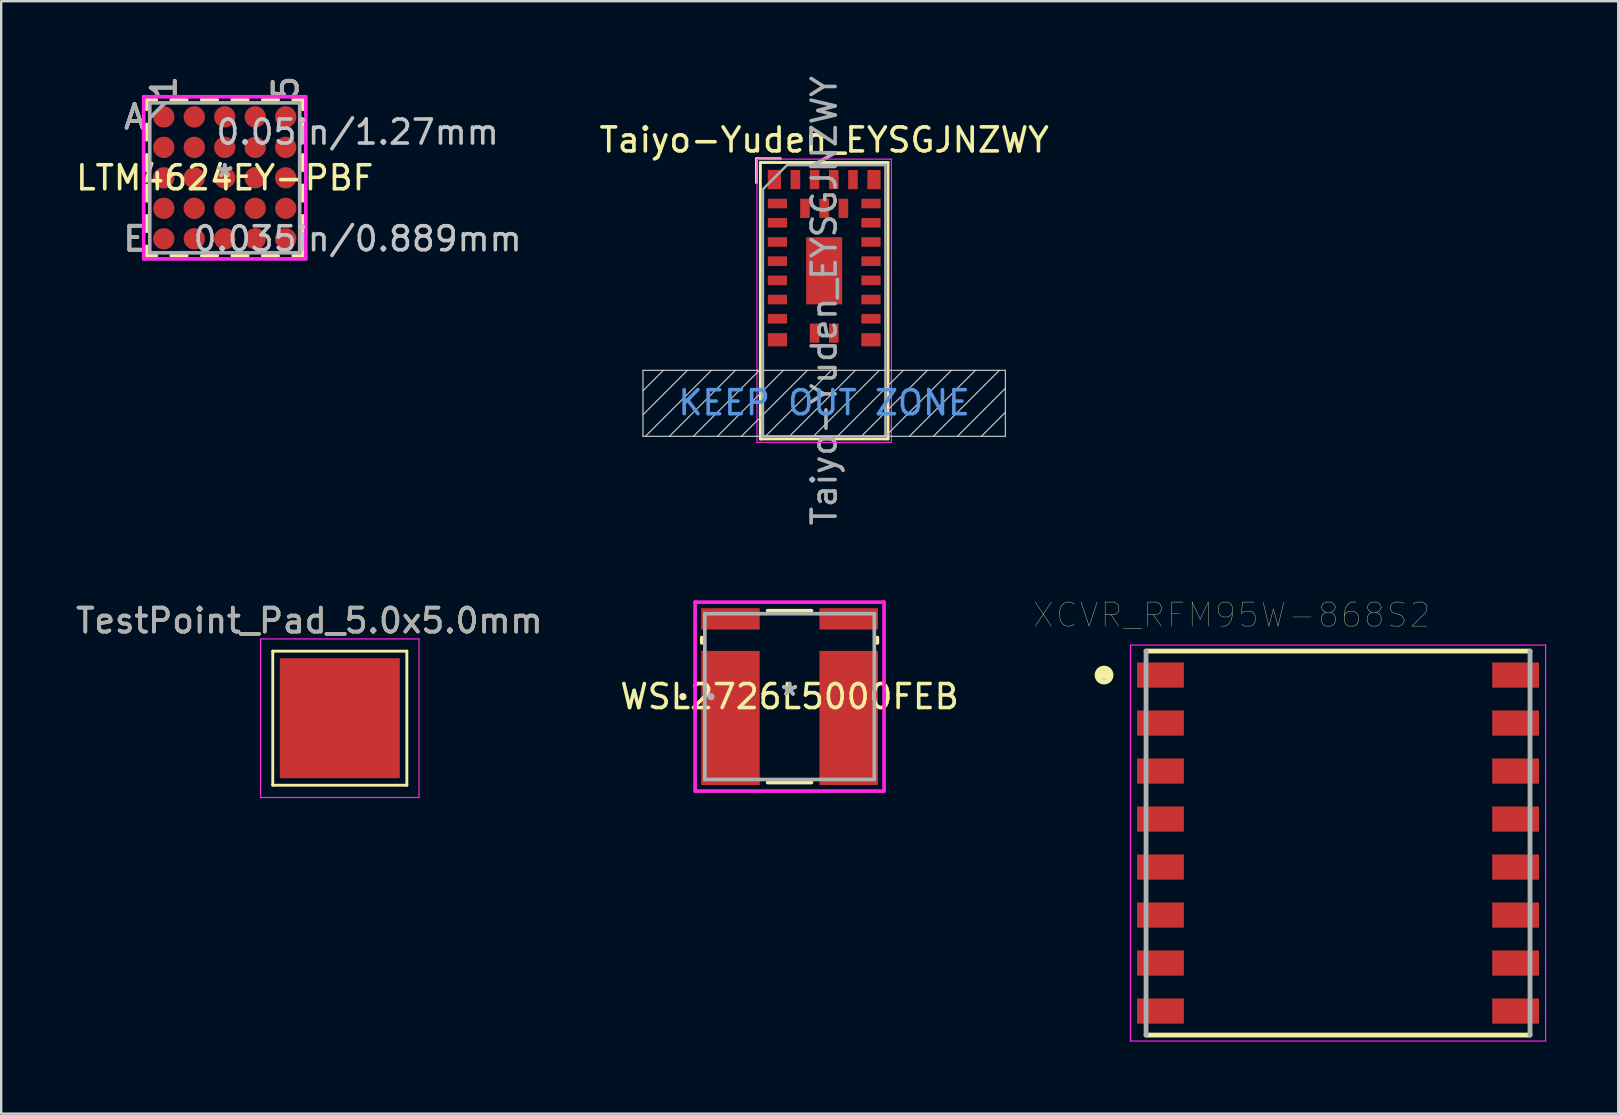
<source format=kicad_pcb>
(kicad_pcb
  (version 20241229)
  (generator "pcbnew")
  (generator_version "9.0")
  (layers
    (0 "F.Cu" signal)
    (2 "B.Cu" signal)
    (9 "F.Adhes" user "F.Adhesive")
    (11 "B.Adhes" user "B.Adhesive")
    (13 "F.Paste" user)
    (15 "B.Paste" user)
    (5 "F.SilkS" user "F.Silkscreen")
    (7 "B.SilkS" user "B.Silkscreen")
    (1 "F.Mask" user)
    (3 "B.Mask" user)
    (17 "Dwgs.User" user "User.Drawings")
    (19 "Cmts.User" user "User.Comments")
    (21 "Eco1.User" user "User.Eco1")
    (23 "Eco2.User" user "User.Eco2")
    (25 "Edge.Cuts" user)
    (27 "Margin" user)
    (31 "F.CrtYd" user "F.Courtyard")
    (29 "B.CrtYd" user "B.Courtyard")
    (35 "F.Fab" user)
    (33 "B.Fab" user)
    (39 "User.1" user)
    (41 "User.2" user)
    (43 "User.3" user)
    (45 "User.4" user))
  (footprint "LTM4624EY-PBF"
    (layer "F.Cu")
    (at 6.315 4.36)
    (property "Reference" "LTM4624EY-PBF" (at 0 0 0) (layer "F.SilkS") (effects (font (size 1 1) (thickness 0.15))))
    (attr through_hole)
    (fp_line (start -3.251 -3.251) (end -3.251 -2.854) (stroke (width 0.152) (type solid)) (layer "F.SilkS"))
    (fp_line (start -3.251 -2.226) (end -3.251 -1.584) (stroke (width 0.152) (type solid)) (layer "F.SilkS"))
    (fp_line (start -3.251 -0.956) (end -3.251 -0.314) (stroke (width 0.152) (type solid)) (layer "F.SilkS"))
    (fp_line (start -3.251 0.314) (end -3.251 0.956) (stroke (width 0.152) (type solid)) (layer "F.SilkS"))
    (fp_line (start -3.251 1.584) (end -3.251 2.226) (stroke (width 0.152) (type solid)) (layer "F.SilkS"))
    (fp_line (start -3.251 2.854) (end -3.251 3.251) (stroke (width 0.152) (type solid)) (layer "F.SilkS"))
    (fp_line (start -3.251 3.251) (end -2.854 3.251) (stroke (width 0.152) (type solid)) (layer "F.SilkS"))
    (fp_line (start -2.854 -3.251) (end -3.251 -3.251) (stroke (width 0.152) (type solid)) (layer "F.SilkS"))
    (fp_line (start -2.226 3.251) (end -1.584 3.251) (stroke (width 0.152) (type solid)) (layer "F.SilkS"))
    (fp_line (start -1.584 -3.251) (end -2.226 -3.251) (stroke (width 0.152) (type solid)) (layer "F.SilkS"))
    (fp_line (start -0.956 3.251) (end -0.314 3.251) (stroke (width 0.152) (type solid)) (layer "F.SilkS"))
    (fp_line (start -0.314 -3.251) (end -0.956 -3.251) (stroke (width 0.152) (type solid)) (layer "F.SilkS"))
    (fp_line (start 0.314 3.251) (end 0.956 3.251) (stroke (width 0.152) (type solid)) (layer "F.SilkS"))
    (fp_line (start 0.956 -3.251) (end 0.314 -3.251) (stroke (width 0.152) (type solid)) (layer "F.SilkS"))
    (fp_line (start 1.584 3.251) (end 2.226 3.251) (stroke (width 0.152) (type solid)) (layer "F.SilkS"))
    (fp_line (start 2.226 -3.251) (end 1.584 -3.251) (stroke (width 0.152) (type solid)) (layer "F.SilkS"))
    (fp_line (start 2.854 3.251) (end 3.251 3.251) (stroke (width 0.152) (type solid)) (layer "F.SilkS"))
    (fp_line (start 3.251 -3.251) (end 2.854 -3.251) (stroke (width 0.152) (type solid)) (layer "F.SilkS"))
    (fp_line (start 3.251 -2.854) (end 3.251 -3.251) (stroke (width 0.152) (type solid)) (layer "F.SilkS"))
    (fp_line (start 3.251 -1.584) (end 3.251 -2.226) (stroke (width 0.152) (type solid)) (layer "F.SilkS"))
    (fp_line (start 3.251 -0.314) (end 3.251 -0.956) (stroke (width 0.152) (type solid)) (layer "F.SilkS"))
    (fp_line (start 3.251 0.956) (end 3.251 0.314) (stroke (width 0.152) (type solid)) (layer "F.SilkS"))
    (fp_line (start 3.251 2.226) (end 3.251 1.584) (stroke (width 0.152) (type solid)) (layer "F.SilkS"))
    (fp_line (start 3.251 3.251) (end 3.251 2.854) (stroke (width 0.152) (type solid)) (layer "F.SilkS"))
    (fp_line (start -3.378 -3.378) (end 3.378 -3.378) (stroke (width 0.152) (type solid)) (layer "F.CrtYd"))
    (fp_line (start -3.378 3.378) (end -3.378 -3.378) (stroke (width 0.152) (type solid)) (layer "F.CrtYd"))
    (fp_line (start 3.378 -3.378) (end 3.378 3.378) (stroke (width 0.152) (type solid)) (layer "F.CrtYd"))
    (fp_line (start 3.378 3.378) (end -3.378 3.378) (stroke (width 0.152) (type solid)) (layer "F.CrtYd"))
    (fp_line (start -3.124 -3.124) (end -3.124 3.124) (stroke (width 0.152) (type solid)) (layer "F.Fab"))
    (fp_line (start -3.124 3.124) (end 3.124 3.124) (stroke (width 0.152) (type solid)) (layer "F.Fab"))
    (fp_line (start -2.489 -3.124) (end -3.124 -2.489) (stroke (width 0.152) (type solid)) (layer "F.Fab"))
    (fp_line (start 3.124 -3.124) (end -3.124 -3.124) (stroke (width 0.152) (type solid)) (layer "F.Fab"))
    (fp_line (start 3.124 3.124) (end 3.124 -3.124) (stroke (width 0.152) (type solid)) (layer "F.Fab"))
    (fp_text user "A" (at -3.759 -2.54 0) (layer "F.SilkS") (effects (font (size 1 1) (thickness 0.15))))
    (fp_text user "1" (at -2.54 -3.759 90) (layer "F.SilkS") (effects (font (size 1 1) (thickness 0.15))))
    (fp_text user "5" (at 2.54 -3.759 90) (layer "F.SilkS") (effects (font (size 1 1) (thickness 0.15))))
    (fp_text user "E" (at -3.759 2.54 0) (layer "F.SilkS") (effects (font (size 1 1) (thickness 0.15))))
    (fp_text user "*" (at 0 0 0) (layer "F.SilkS") (effects (font (size 1 1) (thickness 0.15))))
    (fp_text user "A" (at -3.759 -2.54 0) (layer "B.SilkS") (effects (font (size 1 1) (thickness 0.15))))
    (fp_text user "1" (at -2.54 -3.759 90) (layer "B.SilkS") (effects (font (size 1 1) (thickness 0.15))))
    (fp_text user "E" (at -3.759 2.54 0) (layer "B.SilkS") (effects (font (size 1 1) (thickness 0.15))))
    (fp_text user "5" (at 2.54 -3.759 90) (layer "B.SilkS") (effects (font (size 1 1) (thickness 0.15))))
    (fp_text user "0.035in/0.889mm" (at 5.537 2.54 0) (layer "Dwgs.User") (effects (font (size 1 1) (thickness 0.15))))
    (fp_text user "0.05in/1.27mm" (at 5.537 -1.905 0) (layer "Dwgs.User") (effects (font (size 1 1) (thickness 0.15))))
    (fp_text user "Copyright 2016 Accelerated Designs. All rights reserved." (at 0 0 0) (layer "Cmts.User") (effects (font (size 0.127 0.127) (thickness 0.002))))
    (fp_text user "1" (at -2.54 -3.759 90) (layer "F.Fab") (effects (font (size 1 1) (thickness 0.15))))
    (fp_text user "A" (at -3.759 -2.54 0) (layer "F.Fab") (effects (font (size 1 1) (thickness 0.15))))
    (fp_text user "5" (at 2.54 -3.759 90) (layer "F.Fab") (effects (font (size 1 1) (thickness 0.15))))
    (fp_text user "E" (at -3.759 2.54 0) (layer "F.Fab") (effects (font (size 1 1) (thickness 0.15))))
    (fp_text user "*" (at 0 0 0) (layer "F.Fab") (effects (font (size 1 1) (thickness 0.15))))
    (pad "A1" smd circle (at -2.54 -2.54) (size 0.889 0.889) (layers "F.Cu" "F.Mask" "F.Paste"))
    (pad "A2" smd circle (at -1.27 -2.54) (size 0.889 0.889) (layers "F.Cu" "F.Mask" "F.Paste"))
    (pad "A3" smd circle (at 0 -2.54) (size 0.889 0.889) (layers "F.Cu" "F.Mask" "F.Paste"))
    (pad "A4" smd circle (at 1.27 -2.54) (size 0.889 0.889) (layers "F.Cu" "F.Mask" "F.Paste"))
    (pad "A5" smd circle (at 2.54 -2.54) (size 0.889 0.889) (layers "F.Cu" "F.Mask" "F.Paste"))
    (pad "B1" smd circle (at -2.54 -1.27) (size 0.889 0.889) (layers "F.Cu" "F.Mask" "F.Paste"))
    (pad "B2" smd circle (at -1.27 -1.27) (size 0.889 0.889) (layers "F.Cu" "F.Mask" "F.Paste"))
    (pad "B3" smd circle (at 0 -1.27) (size 0.889 0.889) (layers "F.Cu" "F.Mask" "F.Paste"))
    (pad "B4" smd circle (at 1.27 -1.27) (size 0.889 0.889) (layers "F.Cu" "F.Mask" "F.Paste"))
    (pad "B5" smd circle (at 2.54 -1.27) (size 0.889 0.889) (layers "F.Cu" "F.Mask" "F.Paste"))
    (pad "C1" smd circle (at -2.54 0) (size 0.889 0.889) (layers "F.Cu" "F.Mask" "F.Paste"))
    (pad "C2" smd circle (at -1.27 0) (size 0.889 0.889) (layers "F.Cu" "F.Mask" "F.Paste"))
    (pad "C3" smd circle (at 0 0) (size 0.889 0.889) (layers "F.Cu" "F.Mask" "F.Paste"))
    (pad "C4" smd circle (at 1.27 0) (size 0.889 0.889) (layers "F.Cu" "F.Mask" "F.Paste"))
    (pad "C5" smd circle (at 2.54 0) (size 0.889 0.889) (layers "F.Cu" "F.Mask" "F.Paste"))
    (pad "D1" smd circle (at -2.54 1.27) (size 0.889 0.889) (layers "F.Cu" "F.Mask" "F.Paste"))
    (pad "D2" smd circle (at -1.27 1.27) (size 0.889 0.889) (layers "F.Cu" "F.Mask" "F.Paste"))
    (pad "D3" smd circle (at 0 1.27) (size 0.889 0.889) (layers "F.Cu" "F.Mask" "F.Paste"))
    (pad "D4" smd circle (at 1.27 1.27) (size 0.889 0.889) (layers "F.Cu" "F.Mask" "F.Paste"))
    (pad "D5" smd circle (at 2.54 1.27) (size 0.889 0.889) (layers "F.Cu" "F.Mask" "F.Paste"))
    (pad "E1" smd circle (at -2.54 2.54) (size 0.889 0.889) (layers "F.Cu" "F.Mask" "F.Paste"))
    (pad "E2" smd circle (at -1.27 2.54) (size 0.889 0.889) (layers "F.Cu" "F.Mask" "F.Paste"))
    (pad "E3" smd circle (at 0 2.54) (size 0.889 0.889) (layers "F.Cu" "F.Mask" "F.Paste"))
    (pad "E4" smd circle (at 1.27 2.54) (size 0.889 0.889) (layers "F.Cu" "F.Mask" "F.Paste"))
    (pad "E5" smd circle (at 2.54 2.54) (size 0.889 0.889) (layers "F.Cu" "F.Mask" "F.Paste")))
  (footprint "Taiyo-Yuden_EYSGJNZWY"
    (layer "F.Cu")
    (at 31.293 9.482)
    (property "Reference" "Taiyo-Yuden_EYSGJNZWY" (at 0 -6.7 0) (layer "F.SilkS") (effects (font (size 1 1) (thickness 0.15))))
    (attr smd)
    (fp_line (start -2.82 -5.92) (end -2.82 -4.92) (stroke (width 0.12) (type solid)) (layer "F.SilkS"))
    (fp_line (start -2.82 -5.92) (end -1.82 -5.92) (stroke (width 0.12) (type solid)) (layer "F.SilkS"))
    (fp_line (start -2.66 -5.76) (end -2.66 5.76) (stroke (width 0.12) (type solid)) (layer "F.SilkS"))
    (fp_line (start -2.66 -5.76) (end 2.66 -5.76) (stroke (width 0.12) (type solid)) (layer "F.SilkS"))
    (fp_line (start -2.66 5.76) (end 2.66 5.76) (stroke (width 0.12) (type solid)) (layer "F.SilkS"))
    (fp_line (start 2.66 -5.76) (end 2.66 5.76) (stroke (width 0.12) (type solid)) (layer "F.SilkS"))
    (fp_line (start -7.55 2.9) (end -7.55 5.65) (stroke (width 0.05) (type solid)) (layer "Dwgs.User"))
    (fp_line (start -7.55 2.9) (end 7.55 2.9) (stroke (width 0.05) (type solid)) (layer "Dwgs.User"))
    (fp_line (start -7.55 5.65) (end 7.55 5.65) (stroke (width 0.05) (type solid)) (layer "Dwgs.User"))
    (fp_line (start -6.7 2.9) (end -7.55 3.75) (stroke (width 0.05) (type solid)) (layer "Dwgs.User"))
    (fp_line (start -5.7 2.9) (end -7.55 4.75) (stroke (width 0.05) (type solid)) (layer "Dwgs.User"))
    (fp_line (start -4.7 2.9) (end -7.45 5.65) (stroke (width 0.05) (type solid)) (layer "Dwgs.User"))
    (fp_line (start -3.7 2.9) (end -6.45 5.65) (stroke (width 0.05) (type solid)) (layer "Dwgs.User"))
    (fp_line (start -2.7 2.9) (end -5.45 5.65) (stroke (width 0.05) (type solid)) (layer "Dwgs.User"))
    (fp_line (start -1.7 2.9) (end -4.45 5.65) (stroke (width 0.05) (type solid)) (layer "Dwgs.User"))
    (fp_line (start -0.7 2.9) (end -3.45 5.65) (stroke (width 0.05) (type solid)) (layer "Dwgs.User"))
    (fp_line (start 0.3 2.9) (end -2.45 5.65) (stroke (width 0.05) (type solid)) (layer "Dwgs.User"))
    (fp_line (start 1.3 2.9) (end -1.45 5.65) (stroke (width 0.05) (type solid)) (layer "Dwgs.User"))
    (fp_line (start 2.3 2.9) (end -0.45 5.65) (stroke (width 0.05) (type solid)) (layer "Dwgs.User"))
    (fp_line (start 3.3 2.9) (end 0.55 5.65) (stroke (width 0.05) (type solid)) (layer "Dwgs.User"))
    (fp_line (start 4.3 2.9) (end 1.55 5.65) (stroke (width 0.05) (type solid)) (layer "Dwgs.User"))
    (fp_line (start 5.3 2.9) (end 2.55 5.65) (stroke (width 0.05) (type solid)) (layer "Dwgs.User"))
    (fp_line (start 6.3 2.9) (end 3.55 5.65) (stroke (width 0.05) (type solid)) (layer "Dwgs.User"))
    (fp_line (start 7.3 2.9) (end 4.55 5.65) (stroke (width 0.05) (type solid)) (layer "Dwgs.User"))
    (fp_line (start 7.55 2.9) (end 7.55 5.65) (stroke (width 0.05) (type solid)) (layer "Dwgs.User"))
    (fp_line (start 7.55 3.65) (end 5.55 5.65) (stroke (width 0.05) (type solid)) (layer "Dwgs.User"))
    (fp_line (start 7.55 4.65) (end 6.55 5.65) (stroke (width 0.05) (type solid)) (layer "Dwgs.User"))
    (fp_line (start -2.8 -5.9) (end -2.8 5.9) (stroke (width 0.05) (type solid)) (layer "F.CrtYd"))
    (fp_line (start -2.8 5.9) (end 2.8 5.9) (stroke (width 0.05) (type solid)) (layer "F.CrtYd"))
    (fp_line (start 2.8 -5.9) (end -2.8 -5.9) (stroke (width 0.05) (type solid)) (layer "F.CrtYd"))
    (fp_line (start 2.8 -5.9) (end 2.8 5.9) (stroke (width 0.05) (type solid)) (layer "F.CrtYd"))
    (fp_line (start -2.55 5.65) (end -2.55 -4.65) (stroke (width 0.1) (type solid)) (layer "F.Fab"))
    (fp_line (start -2.55 5.65) (end 2.55 5.65) (stroke (width 0.1) (type solid)) (layer "F.Fab"))
    (fp_line (start -1.55 -5.65) (end -2.55 -4.65) (stroke (width 0.1) (type solid)) (layer "F.Fab"))
    (fp_line (start -1.55 -5.65) (end 2.55 -5.65) (stroke (width 0.1) (type solid)) (layer "F.Fab"))
    (fp_line (start 2.55 -5.65) (end 2.55 5.65) (stroke (width 0.1) (type solid)) (layer "F.Fab"))
    (fp_text user "KEEP OUT ZONE" (at 0 4.25 0) (layer "Cmts.User") (effects (font (size 1 1) (thickness 0.15))))
    (fp_text user "${REFERENCE}" (at 0 0 90) (layer "F.Fab") (effects (font (size 1 1) (thickness 0.15))))
    (pad "" smd rect (at 0 -2) (size 1.2 1.1) (layers "F.Paste"))
    (pad "" smd rect (at 0 -0.5) (size 1.2 1.1) (layers "F.Paste"))
    (pad "1" smd rect (at -2.075 -5.05) (size 0.55 0.8) (layers "F.Cu" "F.Mask" "F.Paste"))
    (pad "2" smd rect (at -1.95 -4.05) (size 0.8 0.4) (layers "F.Cu" "F.Mask" "F.Paste"))
    (pad "3" smd rect (at -1.95 -3.25) (size 0.8 0.4) (layers "F.Cu" "F.Mask" "F.Paste"))
    (pad "4" smd rect (at -1.95 -2.45) (size 0.8 0.4) (layers "F.Cu" "F.Mask" "F.Paste"))
    (pad "5" smd rect (at -1.95 -1.65) (size 0.8 0.4) (layers "F.Cu" "F.Mask" "F.Paste"))
    (pad "6" smd rect (at -1.95 -0.85) (size 0.8 0.4) (layers "F.Cu" "F.Mask" "F.Paste"))
    (pad "7" smd rect (at -1.95 -0.05) (size 0.8 0.4) (layers "F.Cu" "F.Mask" "F.Paste"))
    (pad "8" smd rect (at -1.95 0.75) (size 0.8 0.4) (layers "F.Cu" "F.Mask" "F.Paste"))
    (pad "9" smd rect (at -1.95 1.625) (size 0.8 0.55) (layers "F.Cu" "F.Mask" "F.Paste"))
    (pad "10" smd rect (at -0.4 1.35) (size 0.4 0.8) (layers "F.Cu" "F.Mask" "F.Paste"))
    (pad "11" smd rect (at 0.4 1.35) (size 0.4 0.8) (layers "F.Cu" "F.Mask" "F.Paste"))
    (pad "12" smd rect (at 1.95 1.625) (size 0.8 0.55) (layers "F.Cu" "F.Mask" "F.Paste"))
    (pad "13" smd rect (at 1.95 0.75) (size 0.8 0.4) (layers "F.Cu" "F.Mask" "F.Paste"))
    (pad "14" smd rect (at 1.95 -0.05) (size 0.8 0.4) (layers "F.Cu" "F.Mask" "F.Paste"))
    (pad "15" smd rect (at 1.95 -0.85) (size 0.8 0.4) (layers "F.Cu" "F.Mask" "F.Paste"))
    (pad "16" smd rect (at 1.95 -1.65) (size 0.8 0.4) (layers "F.Cu" "F.Mask" "F.Paste"))
    (pad "17" smd rect (at 1.95 -2.45) (size 0.8 0.4) (layers "F.Cu" "F.Mask" "F.Paste"))
    (pad "18" smd rect (at 1.95 -3.25) (size 0.8 0.4) (layers "F.Cu" "F.Mask" "F.Paste"))
    (pad "19" smd rect (at 1.95 -4.05) (size 0.8 0.4) (layers "F.Cu" "F.Mask" "F.Paste"))
    (pad "20" smd rect (at 2.075 -5.05) (size 0.55 0.8) (layers "F.Cu" "F.Mask" "F.Paste"))
    (pad "21" smd rect (at 1.2 -5.05) (size 0.4 0.8) (layers "F.Cu" "F.Mask" "F.Paste"))
    (pad "22" smd rect (at 0.4 -5.05) (size 0.4 0.8) (layers "F.Cu" "F.Mask" "F.Paste"))
    (pad "23" smd rect (at -0.4 -5.05) (size 0.4 0.8) (layers "F.Cu" "F.Mask" "F.Paste"))
    (pad "24" smd rect (at -1.2 -5.05) (size 0.4 0.8) (layers "F.Cu" "F.Mask" "F.Paste"))
    (pad "25" smd rect (at 0.8 -3.85) (size 0.4 0.8) (layers "F.Cu" "F.Mask" "F.Paste"))
    (pad "26" smd rect (at 0 -3.85) (size 0.4 0.8) (layers "F.Cu" "F.Mask" "F.Paste"))
    (pad "27" smd rect (at -0.8 -3.85) (size 0.4 0.8) (layers "F.Cu" "F.Mask" "F.Paste"))
    (pad "28" smd rect (at 0 -1.25) (size 1.5 2.8) (layers "F.Cu" "F.Mask")))
  (footprint "WSL2726L5000FEB"
    (layer "F.Cu")
    (at 29.851 25.977)
    (property "Reference" "WSL2726L5000FEB" (at 0 0 0) (layer "F.SilkS") (effects (font (size 1 1) (thickness 0.15))))
    (attr through_hole)
    (fp_line (start -3.658 -2.461) (end -3.658 -2.238) (stroke (width 0.152) (type solid)) (layer "F.SilkS"))
    (fp_line (start -0.912 3.581) (end 0.912 3.581) (stroke (width 0.152) (type solid)) (layer "F.SilkS"))
    (fp_line (start 0.912 -3.581) (end -0.912 -3.581) (stroke (width 0.152) (type solid)) (layer "F.SilkS"))
    (fp_line (start 3.658 -2.238) (end 3.658 -2.461) (stroke (width 0.152) (type solid)) (layer "F.SilkS"))
    (fp_circle (center -4.445 0) (end -4.369 0) (stroke (width 0.152) (type solid)) (fill no) (layer "F.SilkS"))
    (fp_line (start -3.937 -3.937) (end 3.937 -3.937) (stroke (width 0.152) (type solid)) (layer "F.CrtYd"))
    (fp_line (start -3.937 3.937) (end -3.937 -3.937) (stroke (width 0.152) (type solid)) (layer "F.CrtYd"))
    (fp_line (start 3.937 -3.937) (end 3.937 3.937) (stroke (width 0.152) (type solid)) (layer "F.CrtYd"))
    (fp_line (start 3.937 3.937) (end -3.937 3.937) (stroke (width 0.152) (type solid)) (layer "F.CrtYd"))
    (fp_line (start -3.531 -3.454) (end -3.531 3.454) (stroke (width 0.152) (type solid)) (layer "F.Fab"))
    (fp_line (start -3.531 3.454) (end 3.531 3.454) (stroke (width 0.152) (type solid)) (layer "F.Fab"))
    (fp_line (start 3.531 -3.454) (end -3.531 -3.454) (stroke (width 0.152) (type solid)) (layer "F.Fab"))
    (fp_line (start 3.531 3.454) (end 3.531 -3.454) (stroke (width 0.152) (type solid)) (layer "F.Fab"))
    (fp_circle (center -3.277 0) (end -3.2 0) (stroke (width 0.152) (type solid)) (fill no) (layer "F.Fab"))
    (fp_text user "*" (at 0 0 0) (layer "F.SilkS") (effects (font (size 1 1) (thickness 0.15))))
    (fp_text user "Copyright 2016 Accelerated Designs. All rights reserved." (at 0 0 0) (layer "Cmts.User") (effects (font (size 0.127 0.127) (thickness 0.002))))
    (fp_text user "*" (at 0 0 0) (layer "F.Fab") (effects (font (size 1 1) (thickness 0.15))))
    (pad "1" smd rect (at -2.464 0.889) (size 2.438 5.588) (layers "F.Cu" "F.Mask" "F.Paste"))
    (pad "2" smd rect (at -2.464 -3.239) (size 2.438 0.889) (layers "F.Cu" "F.Mask" "F.Paste"))
    (pad "3" smd rect (at 2.464 -3.239) (size 2.438 0.889) (layers "F.Cu" "F.Mask" "F.Paste"))
    (pad "4" smd rect (at 2.464 0.889) (size 2.438 5.588) (layers "F.Cu" "F.Mask" "F.Paste")))
  (footprint "TestPoint_Pad_5.0x5.0mm"
    (layer "F.Cu")
    (at 11.109 26.877)
    (property "Reference" "TestPoint_Pad_5.0x5.0mm" (at -1.27 -4.064 0) (layer "F.SilkS") (effects (font (size 1 1) (thickness 0.15))))
    (attr exclude_from_pos_files exclude_from_bom)
    (fp_line (start -2.794 -2.794) (end 2.794 -2.794) (stroke (width 0.12) (type solid)) (layer "F.SilkS"))
    (fp_line (start -2.794 2.794) (end -2.794 -2.794) (stroke (width 0.12) (type solid)) (layer "F.SilkS"))
    (fp_line (start 2.794 -2.794) (end 2.794 2.794) (stroke (width 0.12) (type solid)) (layer "F.SilkS"))
    (fp_line (start 2.794 2.794) (end -2.794 2.794) (stroke (width 0.12) (type solid)) (layer "F.SilkS"))
    (fp_line (start -3.302 -3.302) (end -3.302 3.302) (stroke (width 0.05) (type solid)) (layer "F.CrtYd"))
    (fp_line (start -3.302 -3.302) (end 3.302 -3.302) (stroke (width 0.05) (type solid)) (layer "F.CrtYd"))
    (fp_line (start 3.302 3.302) (end -3.302 3.302) (stroke (width 0.05) (type solid)) (layer "F.CrtYd"))
    (fp_line (start 3.302 3.302) (end 3.302 -3.302) (stroke (width 0.05) (type solid)) (layer "F.CrtYd"))
    (fp_text user "${REFERENCE}" (at -1.27 -4.064 0) (layer "F.Fab") (effects (font (size 1 1) (thickness 0.15))))
    (pad "1" smd rect (at 0 0) (size 5 5) (layers "F.Cu" "F.Mask")))
  (footprint "XCVR_RFM95W-868S2"
    (layer "F.Cu")
    (at 52.705 32.08)
    (property "Reference" "XCVR_RFM95W-868S2" (at -4.433 -9.503 0) (layer "F.SilkS") (effects (font (size 1.002 1.002) (thickness 0.015))))
    (attr through_hole)
    (fp_line (start -8 -8) (end 8 -8) (stroke (width 0.2) (type solid)) (layer "F.SilkS"))
    (fp_line (start 8 8) (end -8 8) (stroke (width 0.2) (type solid)) (layer "F.SilkS"))
    (fp_circle (center -9.75 -7) (end -9.458 -7) (stroke (width 0.2) (type solid)) (fill no) (layer "F.SilkS"))
    (fp_poly (pts (xy -10.011 -7.2) (xy -9.5 -7.2) (xy -9.5 -6.808) (xy -10.011 -6.808)) (stroke (width 0.01) (type solid)) (fill yes) (layer "F.SilkS"))
    (fp_line (start -8.65 -8.25) (end 8.65 -8.25) (stroke (width 0.05) (type solid)) (layer "F.CrtYd"))
    (fp_line (start -8.65 8.25) (end -8.65 -8.25) (stroke (width 0.05) (type solid)) (layer "F.CrtYd"))
    (fp_line (start 8.65 -8.25) (end 8.65 8.25) (stroke (width 0.05) (type solid)) (layer "F.CrtYd"))
    (fp_line (start 8.65 8.25) (end -8.65 8.25) (stroke (width 0.05) (type solid)) (layer "F.CrtYd"))
    (fp_line (start -8 8) (end -8 -8) (stroke (width 0.2) (type solid)) (layer "F.Fab"))
    (fp_line (start 8 -8) (end 8 8) (stroke (width 0.2) (type solid)) (layer "F.Fab"))
    (pad "1" smd rect (at -7.4 -7) (size 1.95 1.05) (layers "F.Cu" "F.Mask" "F.Paste"))
    (pad "2" smd rect (at -7.4 -5) (size 1.95 1.05) (layers "F.Cu" "F.Mask" "F.Paste"))
    (pad "3" smd rect (at -7.4 -3) (size 1.95 1.05) (layers "F.Cu" "F.Mask" "F.Paste"))
    (pad "4" smd rect (at -7.4 -1) (size 1.95 1.05) (layers "F.Cu" "F.Mask" "F.Paste"))
    (pad "5" smd rect (at -7.4 1) (size 1.95 1.05) (layers "F.Cu" "F.Mask" "F.Paste"))
    (pad "6" smd rect (at -7.4 3) (size 1.95 1.05) (layers "F.Cu" "F.Mask" "F.Paste"))
    (pad "7" smd rect (at -7.4 5) (size 1.95 1.05) (layers "F.Cu" "F.Mask" "F.Paste"))
    (pad "8" smd rect (at -7.4 7) (size 1.95 1.05) (layers "F.Cu" "F.Mask" "F.Paste"))
    (pad "9" smd rect (at 7.4 7) (size 1.95 1.05) (layers "F.Cu" "F.Mask" "F.Paste"))
    (pad "10" smd rect (at 7.4 5) (size 1.95 1.05) (layers "F.Cu" "F.Mask" "F.Paste"))
    (pad "11" smd rect (at 7.4 3) (size 1.95 1.05) (layers "F.Cu" "F.Mask" "F.Paste"))
    (pad "12" smd rect (at 7.4 1) (size 1.95 1.05) (layers "F.Cu" "F.Mask" "F.Paste"))
    (pad "13" smd rect (at 7.4 -1) (size 1.95 1.05) (layers "F.Cu" "F.Mask" "F.Paste"))
    (pad "14" smd rect (at 7.4 -3) (size 1.95 1.05) (layers "F.Cu" "F.Mask" "F.Paste"))
    (pad "15" smd rect (at 7.4 -5) (size 1.95 1.05) (layers "F.Cu" "F.Mask" "F.Paste"))
    (pad "16" smd rect (at 7.4 -7) (size 1.95 1.05) (layers "F.Cu" "F.Mask" "F.Paste")))
  (gr_rect
    (start -3 -3)
    (end 64.38 43.355)
    (stroke (width 0.1) (type default))
    (fill no)
    (layer "Edge.Cuts")))
</source>
